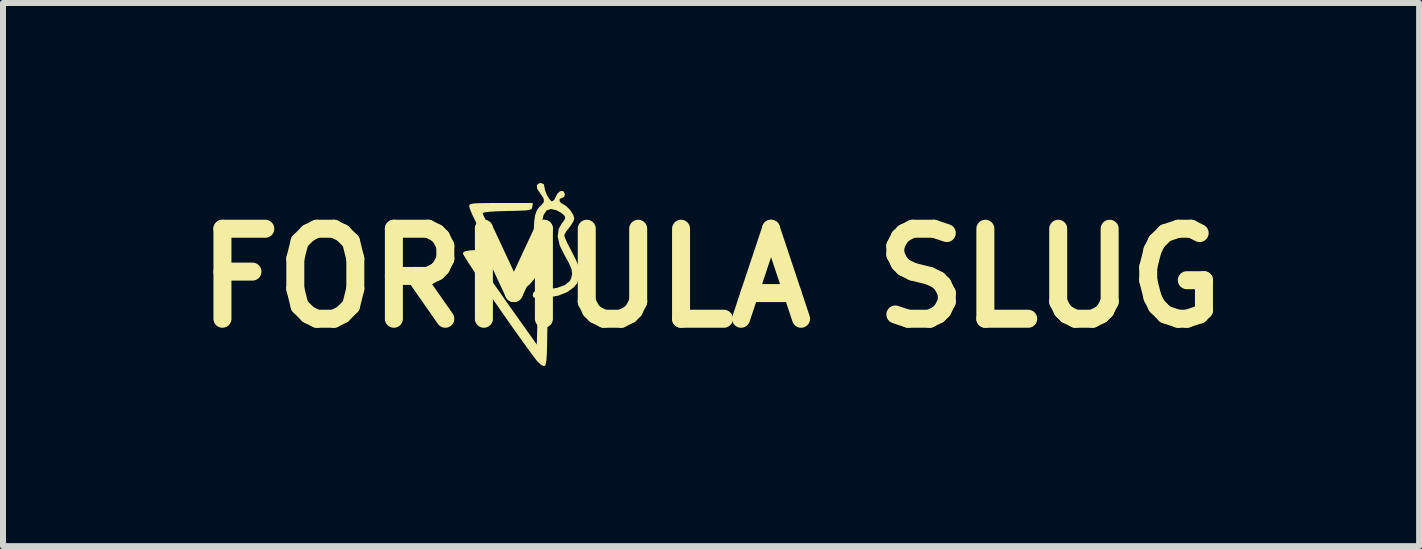
<source format=kicad_pcb>
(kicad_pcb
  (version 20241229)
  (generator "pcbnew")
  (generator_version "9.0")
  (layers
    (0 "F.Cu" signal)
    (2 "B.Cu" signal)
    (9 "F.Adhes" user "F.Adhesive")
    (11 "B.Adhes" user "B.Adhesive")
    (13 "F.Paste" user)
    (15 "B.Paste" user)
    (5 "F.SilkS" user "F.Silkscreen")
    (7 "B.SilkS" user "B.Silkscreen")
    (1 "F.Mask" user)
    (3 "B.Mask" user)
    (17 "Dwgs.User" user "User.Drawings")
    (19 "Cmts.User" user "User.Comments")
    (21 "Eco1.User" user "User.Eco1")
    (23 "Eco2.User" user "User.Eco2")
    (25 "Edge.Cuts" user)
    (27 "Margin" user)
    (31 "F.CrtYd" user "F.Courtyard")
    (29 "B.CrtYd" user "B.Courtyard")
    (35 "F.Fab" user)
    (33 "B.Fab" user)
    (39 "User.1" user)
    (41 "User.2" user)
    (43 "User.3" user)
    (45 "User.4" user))
  (footprint "FORMULA SLUG"
    (layer "F.Cu")
    (at 8.8 1.584)
    (property "Reference" "FORMULA SLUG" (at 0 0 0) (layer "F.SilkS") (effects (font (size 1.5 1.5) (thickness 0.3))))
    (attr board_only exclude_from_pos_files exclude_from_bom)
    (fp_poly (pts (xy -2.979 -1.188) (xy -2.984 -1.164) (xy -2.998 -1.147) (xy -3.029 -1.135) (xy -3.086 -1.128) (xy -3.177 -1.123) (xy -3.31 -1.119) (xy -3.397 -1.118) (xy -3.565 -1.113) (xy -3.692 -1.105) (xy -3.775 -1.095) (xy -3.807 -1.083) (xy -3.807 -1.082) (xy -3.795 -1.048) (xy -3.76 -0.976) (xy -3.709 -0.876) (xy -3.646 -0.758) (xy -3.64 -0.748) (xy -3.559 -0.597) (xy -3.506 -0.489) (xy -3.481 -0.415) (xy -3.485 -0.369) (xy -3.519 -0.345) (xy -3.584 -0.335) (xy -3.68 -0.333) (xy -3.685 -0.333) (xy -3.792 -0.332) (xy -3.854 -0.326) (xy -3.88 -0.314) (xy -3.881 -0.292) (xy -3.879 -0.288) (xy -3.859 -0.255) (xy -3.811 -0.182) (xy -3.739 -0.076) (xy -3.647 0.057) (xy -3.539 0.211) (xy -3.42 0.38) (xy -3.383 0.433) (xy -2.904 1.108) (xy -2.896 0.793) (xy -2.889 0.634) (xy -2.877 0.524) (xy -2.856 0.457) (xy -2.826 0.428) (xy -2.783 0.429) (xy -2.768 0.433) (xy -2.752 0.445) (xy -2.74 0.471) (xy -2.732 0.517) (xy -2.728 0.594) (xy -2.727 0.706) (xy -2.728 0.863) (xy -2.73 0.955) (xy -2.733 1.136) (xy -2.737 1.268) (xy -2.743 1.36) (xy -2.751 1.419) (xy -2.761 1.451) (xy -2.776 1.465) (xy -2.783 1.467) (xy -2.827 1.451) (xy -2.885 1.399) (xy -2.91 1.37) (xy -2.988 1.267) (xy -3.083 1.137) (xy -3.192 0.985) (xy -3.311 0.818) (xy -3.435 0.641) (xy -3.561 0.46) (xy -3.684 0.282) (xy -3.8 0.111) (xy -3.905 -0.045) (xy -3.995 -0.181) (xy -4.066 -0.291) (xy -4.114 -0.368) (xy -4.135 -0.408) (xy -4.135 -0.412) (xy -4.121 -0.436) (xy -4.081 -0.452) (xy -4.006 -0.462) (xy -3.911 -0.467) (xy -3.81 -0.473) (xy -3.734 -0.481) (xy -3.698 -0.49) (xy -3.696 -0.492) (xy -3.708 -0.521) (xy -3.742 -0.59) (xy -3.792 -0.688) (xy -3.854 -0.806) (xy -3.863 -0.822) (xy -3.926 -0.946) (xy -3.979 -1.056) (xy -4.015 -1.141) (xy -4.029 -1.191) (xy -4.03 -1.193) (xy -4.028 -1.213) (xy -4.017 -1.228) (xy -3.991 -1.238) (xy -3.941 -1.245) (xy -3.86 -1.248) (xy -3.741 -1.25) (xy -3.577 -1.251) (xy -3.5 -1.251) (xy -2.97 -1.251)) (stroke (width 0) (type solid)) (fill yes) (layer "F.SilkS"))
    (fp_poly (pts (xy -2.788 -1.565) (xy -2.779 -1.529) (xy -2.767 -1.464) (xy -2.737 -1.388) (xy -2.699 -1.321) (xy -2.662 -1.282) (xy -2.651 -1.278) (xy -2.615 -1.301) (xy -2.598 -1.334) (xy -2.561 -1.408) (xy -2.512 -1.45) (xy -2.465 -1.449) (xy -2.458 -1.444) (xy -2.435 -1.398) (xy -2.449 -1.353) (xy -2.49 -1.334) (xy -2.524 -1.317) (xy -2.524 -1.28) (xy -2.493 -1.245) (xy -2.475 -1.237) (xy -2.412 -1.198) (xy -2.347 -1.131) (xy -2.298 -1.056) (xy -2.279 -0.995) (xy -2.296 -0.94) (xy -2.341 -0.87) (xy -2.362 -0.843) (xy -2.413 -0.778) (xy -2.442 -0.726) (xy -2.446 -0.712) (xy -2.433 -0.669) (xy -2.402 -0.596) (xy -2.373 -0.54) (xy -2.301 -0.401) (xy -2.251 -0.301) (xy -2.22 -0.227) (xy -2.203 -0.168) (xy -2.196 -0.114) (xy -2.195 -0.07) (xy -2.204 0.022) (xy -2.236 0.093) (xy -2.286 0.153) (xy -2.393 0.232) (xy -2.54 0.291) (xy -2.714 0.326) (xy -2.842 0.333) (xy -2.923 0.331) (xy -2.961 0.32) (xy -2.971 0.293) (xy -2.969 0.271) (xy -2.959 0.239) (xy -2.933 0.218) (xy -2.879 0.205) (xy -2.786 0.194) (xy -2.75 0.191) (xy -2.568 0.164) (xy -2.437 0.117) (xy -2.355 0.049) (xy -2.332 0.007) (xy -2.315 -0.066) (xy -2.325 -0.146) (xy -2.365 -0.244) (xy -2.437 -0.372) (xy -2.438 -0.374) (xy -2.522 -0.543) (xy -2.556 -0.692) (xy -2.539 -0.821) (xy -2.487 -0.912) (xy -2.441 -0.972) (xy -2.43 -1.012) (xy -2.449 -1.047) (xy -2.45 -1.047) (xy -2.501 -1.089) (xy -2.574 -1.129) (xy -2.578 -1.13) (xy -2.67 -1.151) (xy -2.741 -1.126) (xy -2.79 -1.054) (xy -2.819 -0.933) (xy -2.828 -0.762) (xy -2.822 -0.59) (xy -2.815 -0.418) (xy -2.822 -0.286) (xy -2.846 -0.177) (xy -2.89 -0.076) (xy -2.949 0.018) (xy -3.017 0.098) (xy -3.105 0.178) (xy -3.2 0.246) (xy -3.286 0.292) (xy -3.34 0.306) (xy -3.385 0.291) (xy -3.387 0.254) (xy -3.351 0.2) (xy -3.279 0.137) (xy -3.25 0.117) (xy -3.151 0.038) (xy -3.061 -0.058) (xy -3.028 -0.104) (xy -2.995 -0.156) (xy -2.973 -0.202) (xy -2.959 -0.252) (xy -2.952 -0.318) (xy -2.95 -0.411) (xy -2.951 -0.543) (xy -2.953 -0.624) (xy -2.954 -0.807) (xy -2.947 -0.945) (xy -2.932 -1.047) (xy -2.906 -1.122) (xy -2.866 -1.18) (xy -2.823 -1.221) (xy -2.785 -1.269) (xy -2.79 -1.325) (xy -2.838 -1.399) (xy -2.851 -1.416) (xy -2.899 -1.491) (xy -2.903 -1.549) (xy -2.866 -1.58) (xy -2.835 -1.584)) (stroke (width 0) (type solid)) (fill yes) (layer "F.SilkS")))
  (gr_rect
    (start -3 -3)
    (end 20.6 6.051)
    (stroke (width 0.1) (type default))
    (fill no)
    (layer "Edge.Cuts")))
</source>
